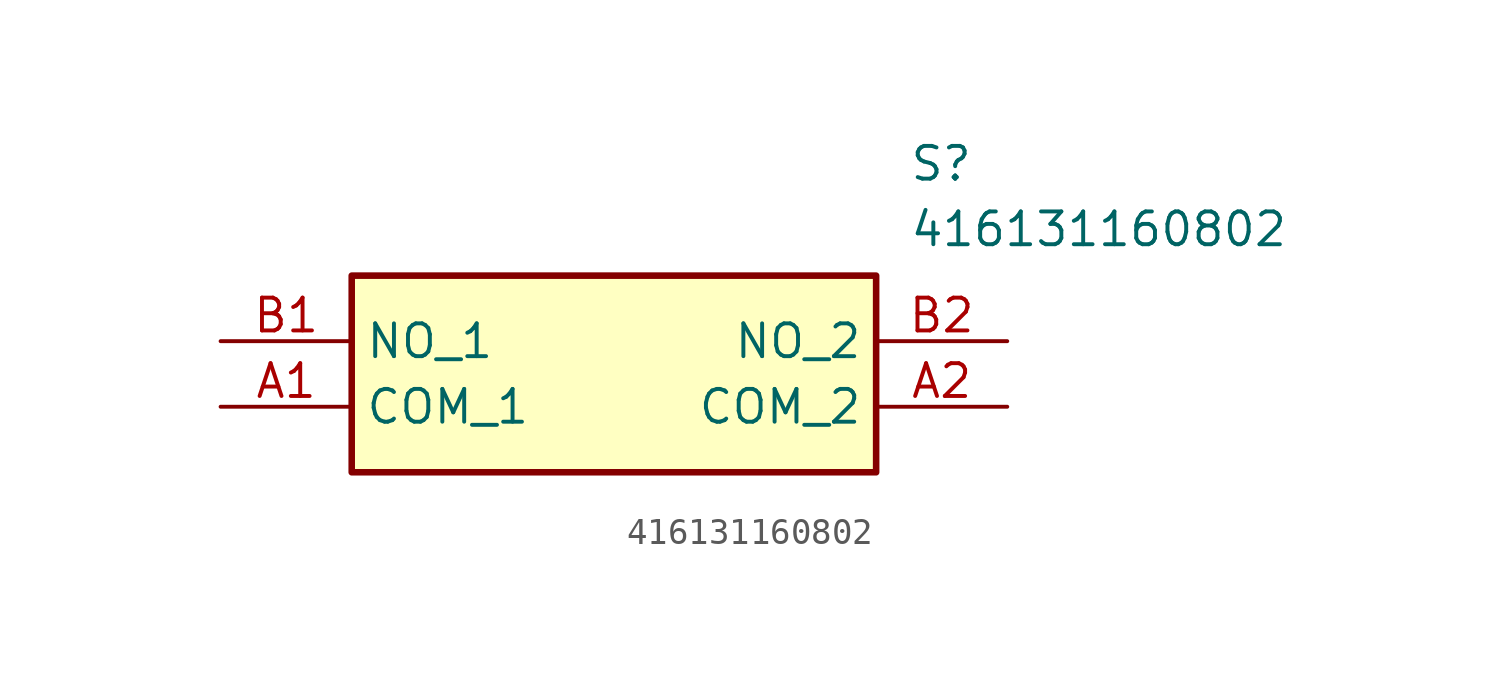
<source format=kicad_sym>
(kicad_symbol_lib
  (version 20211014)
  (generator SamacSys_ECAD_Model)
  (symbol "416131160802"
    (property "Reference" "S"
      (at 26.67 7.62 0)
      (effects (font (size 1.27 1.27)) (justify left top)))
    (property "Value" "416131160802"
      (at 26.67 5.08 0)
      (effects (font (size 1.27 1.27)) (justify left top)))
    (rectangle
      (start 5.08 2.54)
      (end 25.4 -5.08)
      (stroke (width 0.254) (type default))
      (fill (type background)))
    (pin passive line
      (at 0 -2.54 0)
      (length 5.08)
      (name "COM_1" (effects (font (size 1.27 1.27))))
      (number "A1" (effects (font (size 1.27 1.27)))))
    (pin passive line
      (at 30.48 -2.54 180)
      (length 5.08)
      (name "COM_2" (effects (font (size 1.27 1.27))))
      (number "A2" (effects (font (size 1.27 1.27)))))
    (pin passive line
      (at 0 0 0)
      (length 5.08)
      (name "NO_1" (effects (font (size 1.27 1.27))))
      (number "B1" (effects (font (size 1.27 1.27)))))
    (pin passive line
      (at 30.48 0 180)
      (length 5.08)
      (name "NO_2" (effects (font (size 1.27 1.27))))
      (number "B2" (effects (font (size 1.27 1.27)))))))
</source>
